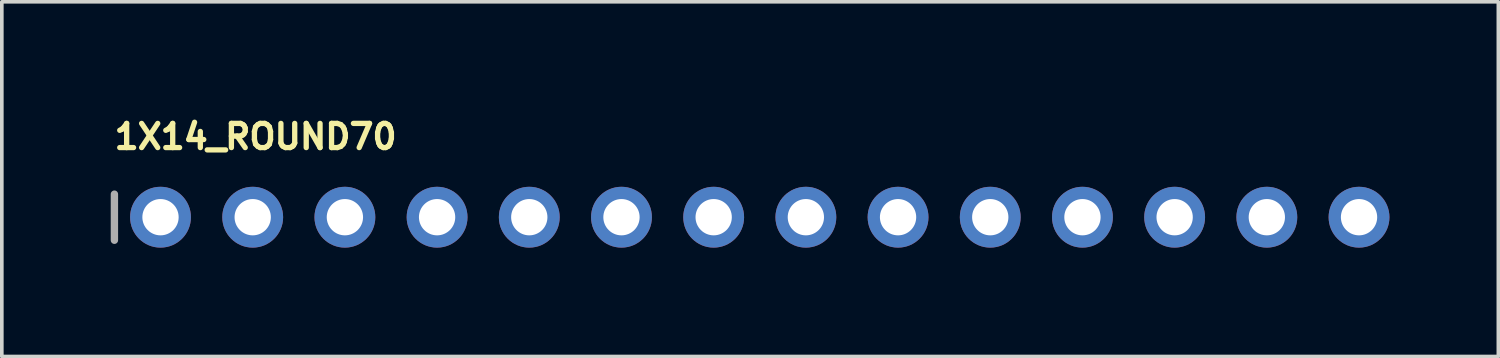
<source format=kicad_pcb>
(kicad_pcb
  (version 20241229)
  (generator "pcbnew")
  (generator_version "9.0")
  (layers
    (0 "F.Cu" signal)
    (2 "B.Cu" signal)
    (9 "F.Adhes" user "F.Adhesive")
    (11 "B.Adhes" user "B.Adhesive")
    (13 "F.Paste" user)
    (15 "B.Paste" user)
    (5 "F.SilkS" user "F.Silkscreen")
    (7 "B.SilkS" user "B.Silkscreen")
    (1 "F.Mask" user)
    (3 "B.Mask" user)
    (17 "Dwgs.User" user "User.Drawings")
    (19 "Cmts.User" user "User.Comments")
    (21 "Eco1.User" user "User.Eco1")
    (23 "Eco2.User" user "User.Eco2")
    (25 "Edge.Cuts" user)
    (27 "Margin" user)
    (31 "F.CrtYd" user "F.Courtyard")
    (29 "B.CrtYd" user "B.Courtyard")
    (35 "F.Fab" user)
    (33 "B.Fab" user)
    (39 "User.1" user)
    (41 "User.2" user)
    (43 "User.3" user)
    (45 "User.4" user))
  (footprint "1X14_ROUND70"
    (layer "F.Cu")
    (at 17.882 2.934)
    (property "Reference" "1X14_ROUND70" (at -17.856 -1.829 0) (layer "F.SilkS") (effects (font (size 0.666 0.666) (thickness 0.146)) (justify left bottom)))
    (fp_line (start -17.78 -0.635) (end -17.78 0.635) (stroke (width 0.203) (type solid)) (layer "F.Fab"))
    (fp_poly (pts (xy -16.764 0.254) (xy -16.256 0.254) (xy -16.256 -0.254) (xy -16.764 -0.254)) (stroke (width 0.1) (type default)) (fill no) (layer "F.Fab"))
    (fp_poly (pts (xy -14.224 0.254) (xy -13.716 0.254) (xy -13.716 -0.254) (xy -14.224 -0.254)) (stroke (width 0.1) (type default)) (fill no) (layer "F.Fab"))
    (fp_poly (pts (xy -11.684 0.254) (xy -11.176 0.254) (xy -11.176 -0.254) (xy -11.684 -0.254)) (stroke (width 0.1) (type default)) (fill no) (layer "F.Fab"))
    (fp_poly (pts (xy -9.144 0.254) (xy -8.636 0.254) (xy -8.636 -0.254) (xy -9.144 -0.254)) (stroke (width 0.1) (type default)) (fill no) (layer "F.Fab"))
    (fp_poly (pts (xy -6.604 0.254) (xy -6.096 0.254) (xy -6.096 -0.254) (xy -6.604 -0.254)) (stroke (width 0.1) (type default)) (fill no) (layer "F.Fab"))
    (fp_poly (pts (xy -4.064 0.254) (xy -3.556 0.254) (xy -3.556 -0.254) (xy -4.064 -0.254)) (stroke (width 0.1) (type default)) (fill no) (layer "F.Fab"))
    (fp_poly (pts (xy -1.524 0.254) (xy -1.016 0.254) (xy -1.016 -0.254) (xy -1.524 -0.254)) (stroke (width 0.1) (type default)) (fill no) (layer "F.Fab"))
    (fp_poly (pts (xy 1.016 0.254) (xy 1.524 0.254) (xy 1.524 -0.254) (xy 1.016 -0.254)) (stroke (width 0.1) (type default)) (fill no) (layer "F.Fab"))
    (fp_poly (pts (xy 3.556 0.254) (xy 4.064 0.254) (xy 4.064 -0.254) (xy 3.556 -0.254)) (stroke (width 0.1) (type default)) (fill no) (layer "F.Fab"))
    (fp_poly (pts (xy 6.096 0.254) (xy 6.604 0.254) (xy 6.604 -0.254) (xy 6.096 -0.254)) (stroke (width 0.1) (type default)) (fill no) (layer "F.Fab"))
    (fp_poly (pts (xy 8.636 0.254) (xy 9.144 0.254) (xy 9.144 -0.254) (xy 8.636 -0.254)) (stroke (width 0.1) (type default)) (fill no) (layer "F.Fab"))
    (fp_poly (pts (xy 11.176 0.254) (xy 11.684 0.254) (xy 11.684 -0.254) (xy 11.176 -0.254)) (stroke (width 0.1) (type default)) (fill no) (layer "F.Fab"))
    (fp_poly (pts (xy 13.716 0.254) (xy 14.224 0.254) (xy 14.224 -0.254) (xy 13.716 -0.254)) (stroke (width 0.1) (type default)) (fill no) (layer "F.Fab"))
    (fp_poly (pts (xy 16.256 0.254) (xy 16.764 0.254) (xy 16.764 -0.254) (xy 16.256 -0.254)) (stroke (width 0.1) (type default)) (fill no) (layer "F.Fab"))
    (pad "1" thru_hole circle (at -16.51 0 90) (size 1.676 1.676) (drill 1) (layers "*.Cu" "*.Mask"))
    (pad "2" thru_hole circle (at -13.97 0 90) (size 1.676 1.676) (drill 1) (layers "*.Cu" "*.Mask"))
    (pad "3" thru_hole circle (at -11.43 0 90) (size 1.676 1.676) (drill 1) (layers "*.Cu" "*.Mask"))
    (pad "4" thru_hole circle (at -8.89 0 90) (size 1.676 1.676) (drill 1) (layers "*.Cu" "*.Mask"))
    (pad "5" thru_hole circle (at -6.35 0 90) (size 1.676 1.676) (drill 1) (layers "*.Cu" "*.Mask"))
    (pad "6" thru_hole circle (at -3.81 0 90) (size 1.676 1.676) (drill 1) (layers "*.Cu" "*.Mask"))
    (pad "7" thru_hole circle (at -1.27 0 90) (size 1.676 1.676) (drill 1) (layers "*.Cu" "*.Mask"))
    (pad "8" thru_hole circle (at 1.27 0 90) (size 1.676 1.676) (drill 1) (layers "*.Cu" "*.Mask"))
    (pad "9" thru_hole circle (at 3.81 0 90) (size 1.676 1.676) (drill 1) (layers "*.Cu" "*.Mask"))
    (pad "10" thru_hole circle (at 6.35 0 90) (size 1.676 1.676) (drill 1) (layers "*.Cu" "*.Mask"))
    (pad "11" thru_hole circle (at 8.89 0 90) (size 1.676 1.676) (drill 1) (layers "*.Cu" "*.Mask"))
    (pad "12" thru_hole circle (at 11.43 0 90) (size 1.676 1.676) (drill 1) (layers "*.Cu" "*.Mask"))
    (pad "13" thru_hole circle (at 13.97 0 90) (size 1.676 1.676) (drill 1) (layers "*.Cu" "*.Mask"))
    (pad "14" thru_hole circle (at 16.51 0 90) (size 1.676 1.676) (drill 1) (layers "*.Cu" "*.Mask")))
  (gr_rect
    (start -3 -3)
    (end 38.23 6.772)
    (stroke (width 0.1) (type default))
    (fill no)
    (layer "Edge.Cuts")))
</source>
